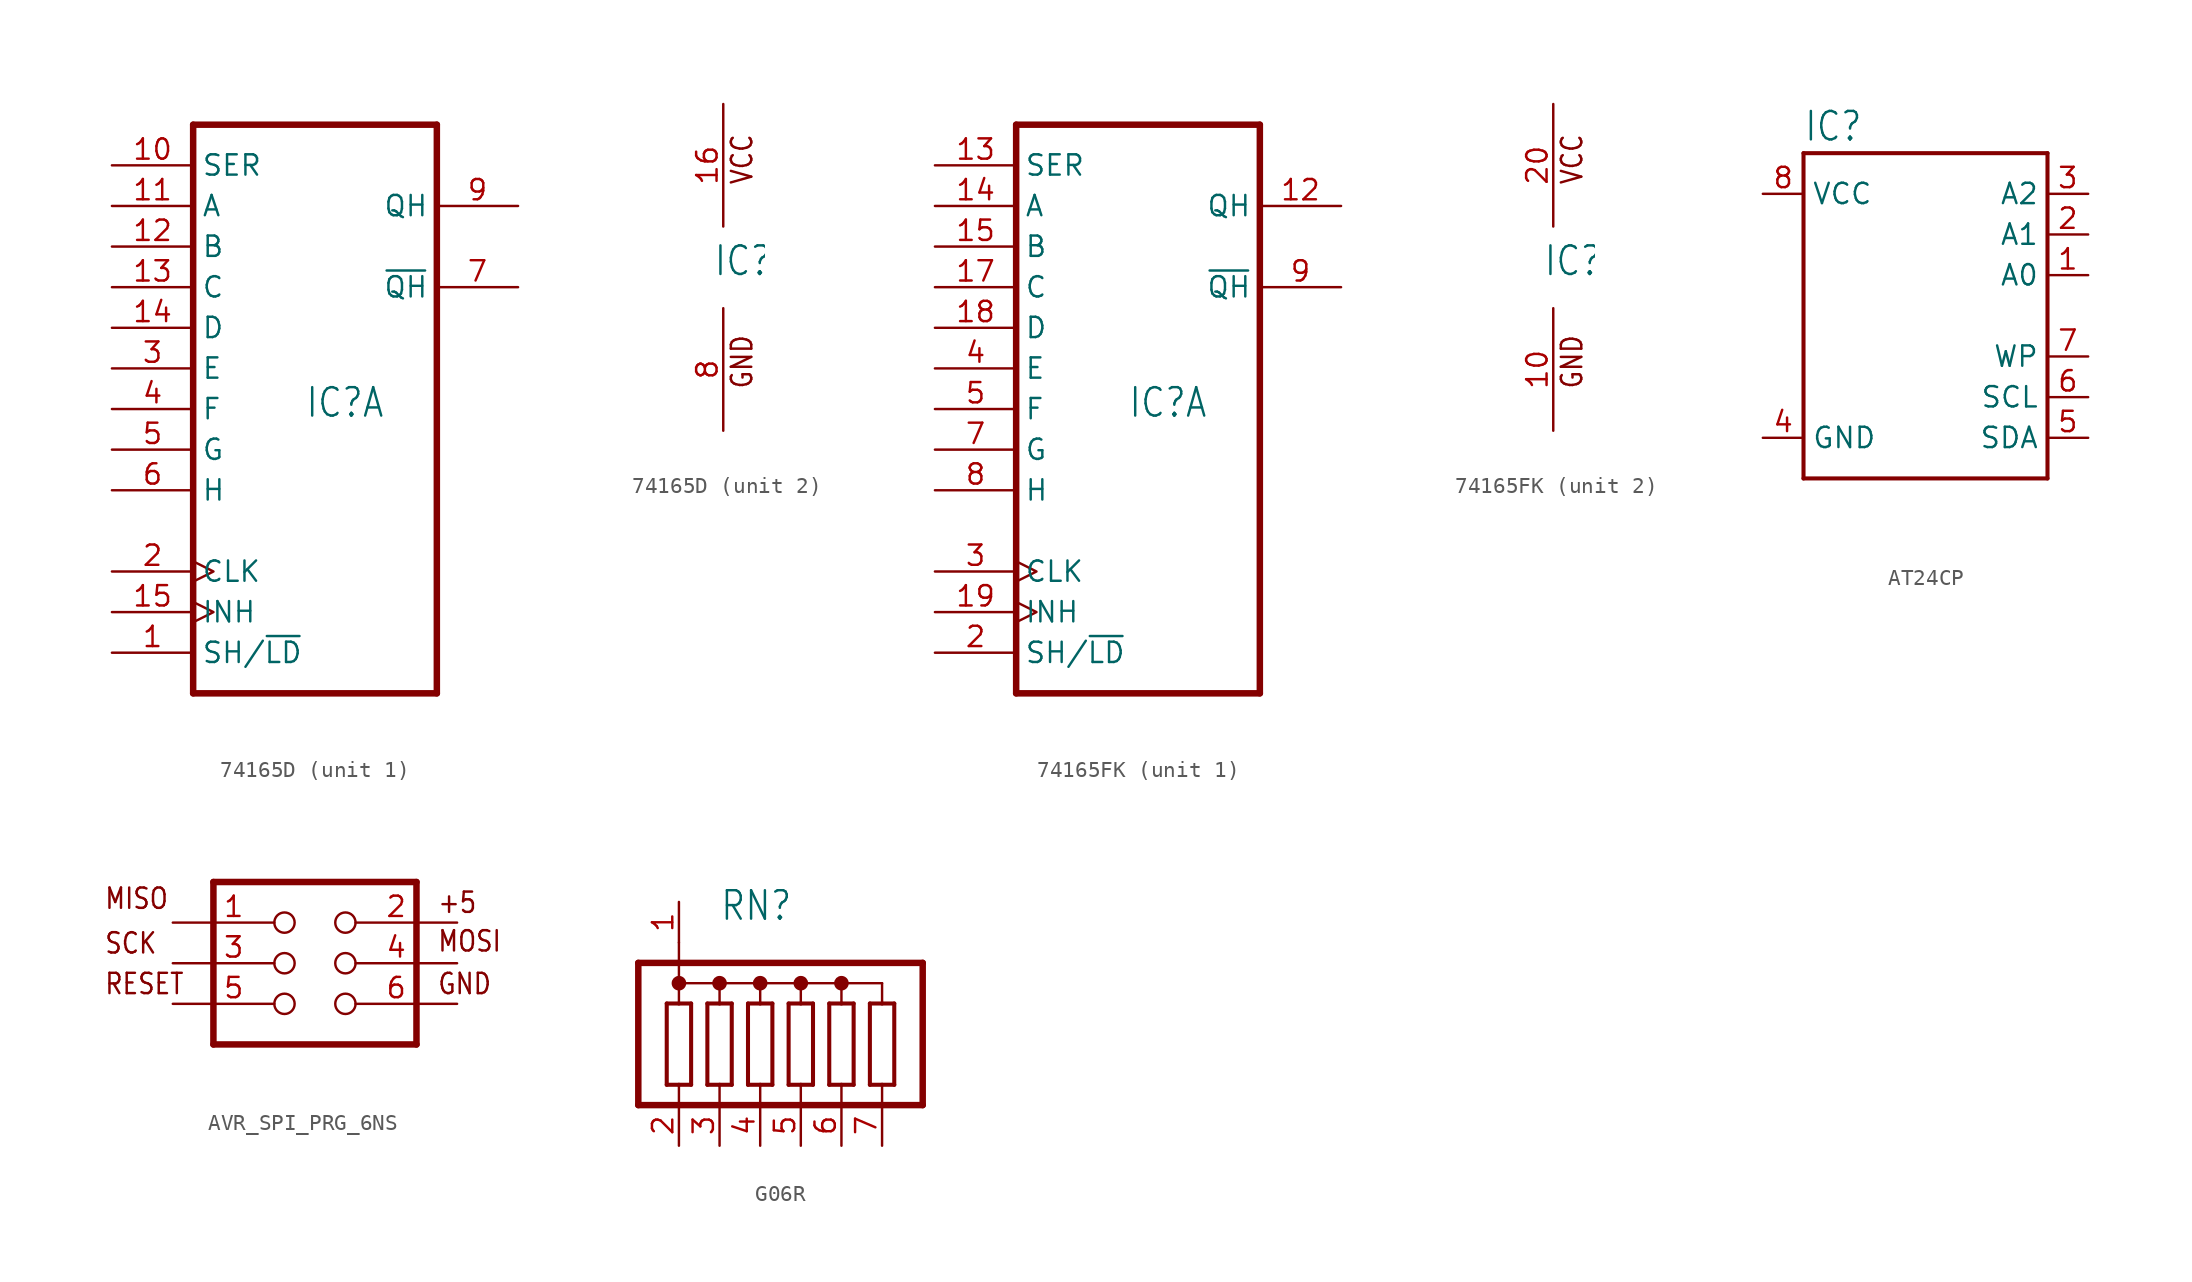
<source format=kicad_sym>
(kicad_symbol_lib
  (version 20231120)
  (generator "kicad_symbol_editor")
  (generator_version "8.0")
  (symbol "74165D"
    (property "Reference" "IC"
      (at -0.635 -0.635 0)
      (effects (font (size 1.778 1.511)) (justify left bottom)))
    (property "ki_locked" ""
      (at 0 0 0)
      (effects (font (size 1.27 1.27))))
    (symbol "74165D_1_0"
      (polyline (pts (xy -7.62 -17.78) (xy 7.62 -17.78)) (stroke (width 0.406) (type solid)) (fill (type none)))
      (polyline (pts (xy -7.62 17.78) (xy -7.62 -17.78)) (stroke (width 0.406) (type solid)) (fill (type none)))
      (polyline (pts (xy 7.62 -17.78) (xy 7.62 17.78)) (stroke (width 0.406) (type solid)) (fill (type none)))
      (polyline (pts (xy 7.62 17.78) (xy -7.62 17.78)) (stroke (width 0.406) (type solid)) (fill (type none)))
      (pin input line (at -12.7 -15.24 0) (length 5.08) (name "SH/~{LD}" (effects (font (size 1.27 1.27)))) (number "1" (effects (font (size 1.27 1.27)))))
      (pin input line (at -12.7 15.24 0) (length 5.08) (name "SER" (effects (font (size 1.27 1.27)))) (number "10" (effects (font (size 1.27 1.27)))))
      (pin input line (at -12.7 12.7 0) (length 5.08) (name "A" (effects (font (size 1.27 1.27)))) (number "11" (effects (font (size 1.27 1.27)))))
      (pin input line (at -12.7 10.16 0) (length 5.08) (name "B" (effects (font (size 1.27 1.27)))) (number "12" (effects (font (size 1.27 1.27)))))
      (pin input line (at -12.7 7.62 0) (length 5.08) (name "C" (effects (font (size 1.27 1.27)))) (number "13" (effects (font (size 1.27 1.27)))))
      (pin input line (at -12.7 5.08 0) (length 5.08) (name "D" (effects (font (size 1.27 1.27)))) (number "14" (effects (font (size 1.27 1.27)))))
      (pin input clock (at -12.7 -12.7 0) (length 5.08) (name "INH" (effects (font (size 1.27 1.27)))) (number "15" (effects (font (size 1.27 1.27)))))
      (pin input clock (at -12.7 -10.16 0) (length 5.08) (name "CLK" (effects (font (size 1.27 1.27)))) (number "2" (effects (font (size 1.27 1.27)))))
      (pin input line (at -12.7 2.54 0) (length 5.08) (name "E" (effects (font (size 1.27 1.27)))) (number "3" (effects (font (size 1.27 1.27)))))
      (pin input line (at -12.7 0 0) (length 5.08) (name "F" (effects (font (size 1.27 1.27)))) (number "4" (effects (font (size 1.27 1.27)))))
      (pin input line (at -12.7 -2.54 0) (length 5.08) (name "G" (effects (font (size 1.27 1.27)))) (number "5" (effects (font (size 1.27 1.27)))))
      (pin input line (at -12.7 -5.08 0) (length 5.08) (name "H" (effects (font (size 1.27 1.27)))) (number "6" (effects (font (size 1.27 1.27)))))
      (pin output line (at 12.7 7.62 180) (length 5.08) (name "~{QH}" (effects (font (size 1.27 1.27)))) (number "7" (effects (font (size 1.27 1.27)))))
      (pin output line (at 12.7 12.7 180) (length 5.08) (name "QH" (effects (font (size 1.27 1.27)))) (number "9" (effects (font (size 1.27 1.27))))))
    (symbol "74165D_2_0"
      (text "GND" (at 1.905 -7.62 900) (effects (font (size 1.27 1.079)) (justify left bottom)))
      (text "VCC" (at 1.905 5.08 900) (effects (font (size 1.27 1.079)) (justify left bottom)))
      (pin power_in line (at 0 10.16 270) (length 7.62) (name "VCC" (effects (font (size 0 0)))) (number "16" (effects (font (size 1.27 1.27)))))
      (pin power_in line (at 0 -10.16 90) (length 7.62) (name "GND" (effects (font (size 0 0)))) (number "8" (effects (font (size 1.27 1.27)))))))
  (symbol "74165FK"
    (property "Reference" "IC"
      (at -0.635 -0.635 0)
      (effects (font (size 1.778 1.511)) (justify left bottom)))
    (property "ki_locked" ""
      (at 0 0 0)
      (effects (font (size 1.27 1.27))))
    (symbol "74165FK_1_0"
      (polyline (pts (xy -7.62 -17.78) (xy 7.62 -17.78)) (stroke (width 0.406) (type solid)) (fill (type none)))
      (polyline (pts (xy -7.62 17.78) (xy -7.62 -17.78)) (stroke (width 0.406) (type solid)) (fill (type none)))
      (polyline (pts (xy 7.62 -17.78) (xy 7.62 17.78)) (stroke (width 0.406) (type solid)) (fill (type none)))
      (polyline (pts (xy 7.62 17.78) (xy -7.62 17.78)) (stroke (width 0.406) (type solid)) (fill (type none)))
      (pin output line (at 12.7 12.7 180) (length 5.08) (name "QH" (effects (font (size 1.27 1.27)))) (number "12" (effects (font (size 1.27 1.27)))))
      (pin input line (at -12.7 15.24 0) (length 5.08) (name "SER" (effects (font (size 1.27 1.27)))) (number "13" (effects (font (size 1.27 1.27)))))
      (pin input line (at -12.7 12.7 0) (length 5.08) (name "A" (effects (font (size 1.27 1.27)))) (number "14" (effects (font (size 1.27 1.27)))))
      (pin input line (at -12.7 10.16 0) (length 5.08) (name "B" (effects (font (size 1.27 1.27)))) (number "15" (effects (font (size 1.27 1.27)))))
      (pin input line (at -12.7 7.62 0) (length 5.08) (name "C" (effects (font (size 1.27 1.27)))) (number "17" (effects (font (size 1.27 1.27)))))
      (pin input line (at -12.7 5.08 0) (length 5.08) (name "D" (effects (font (size 1.27 1.27)))) (number "18" (effects (font (size 1.27 1.27)))))
      (pin input clock (at -12.7 -12.7 0) (length 5.08) (name "INH" (effects (font (size 1.27 1.27)))) (number "19" (effects (font (size 1.27 1.27)))))
      (pin input line (at -12.7 -15.24 0) (length 5.08) (name "SH/~{LD}" (effects (font (size 1.27 1.27)))) (number "2" (effects (font (size 1.27 1.27)))))
      (pin input clock (at -12.7 -10.16 0) (length 5.08) (name "CLK" (effects (font (size 1.27 1.27)))) (number "3" (effects (font (size 1.27 1.27)))))
      (pin input line (at -12.7 2.54 0) (length 5.08) (name "E" (effects (font (size 1.27 1.27)))) (number "4" (effects (font (size 1.27 1.27)))))
      (pin input line (at -12.7 0 0) (length 5.08) (name "F" (effects (font (size 1.27 1.27)))) (number "5" (effects (font (size 1.27 1.27)))))
      (pin input line (at -12.7 -2.54 0) (length 5.08) (name "G" (effects (font (size 1.27 1.27)))) (number "7" (effects (font (size 1.27 1.27)))))
      (pin input line (at -12.7 -5.08 0) (length 5.08) (name "H" (effects (font (size 1.27 1.27)))) (number "8" (effects (font (size 1.27 1.27)))))
      (pin output line (at 12.7 7.62 180) (length 5.08) (name "~{QH}" (effects (font (size 1.27 1.27)))) (number "9" (effects (font (size 1.27 1.27))))))
    (symbol "74165FK_2_0"
      (text "GND" (at 1.905 -7.62 900) (effects (font (size 1.27 1.079)) (justify left bottom)))
      (text "VCC" (at 1.905 5.08 900) (effects (font (size 1.27 1.079)) (justify left bottom)))
      (pin power_in line (at 0 -10.16 90) (length 7.62) (name "GND" (effects (font (size 0 0)))) (number "10" (effects (font (size 1.27 1.27)))))
      (pin power_in line (at 0 10.16 270) (length 7.62) (name "VCC" (effects (font (size 0 0)))) (number "20" (effects (font (size 1.27 1.27)))))))
  (symbol "AT24CP"
    (property "Reference" "IC"
      (at -7.62 10.795 0)
      (effects (font (size 1.778 1.511)) (justify left bottom)))
    (property "Value" ""
      (at -7.62 -12.7 0)
      (effects (font (size 1.778 1.511)) (justify left bottom)))
    (property "ki_locked" ""
      (at 0 0 0)
      (effects (font (size 1.27 1.27))))
    (symbol "AT24CP_1_0"
      (polyline (pts (xy -7.62 -10.16) (xy -7.62 10.16)) (stroke (width 0.254) (type solid)) (fill (type none)))
      (polyline (pts (xy -7.62 10.16) (xy 7.62 10.16)) (stroke (width 0.254) (type solid)) (fill (type none)))
      (polyline (pts (xy 7.62 -10.16) (xy -7.62 -10.16)) (stroke (width 0.254) (type solid)) (fill (type none)))
      (polyline (pts (xy 7.62 10.16) (xy 7.62 -10.16)) (stroke (width 0.254) (type solid)) (fill (type none)))
      (pin input line (at 10.16 2.54 180) (length 2.54) (name "A0" (effects (font (size 1.27 1.27)))) (number "1" (effects (font (size 1.27 1.27)))))
      (pin input line (at 10.16 5.08 180) (length 2.54) (name "A1" (effects (font (size 1.27 1.27)))) (number "2" (effects (font (size 1.27 1.27)))))
      (pin input line (at 10.16 7.62 180) (length 2.54) (name "A2" (effects (font (size 1.27 1.27)))) (number "3" (effects (font (size 1.27 1.27)))))
      (pin power_in line (at -10.16 -7.62 0) (length 2.54) (name "GND" (effects (font (size 1.27 1.27)))) (number "4" (effects (font (size 1.27 1.27)))))
      (pin bidirectional line (at 10.16 -7.62 180) (length 2.54) (name "SDA" (effects (font (size 1.27 1.27)))) (number "5" (effects (font (size 1.27 1.27)))))
      (pin bidirectional line (at 10.16 -5.08 180) (length 2.54) (name "SCL" (effects (font (size 1.27 1.27)))) (number "6" (effects (font (size 1.27 1.27)))))
      (pin input line (at 10.16 -2.54 180) (length 2.54) (name "WP" (effects (font (size 1.27 1.27)))) (number "7" (effects (font (size 1.27 1.27)))))
      (pin power_in line (at -10.16 7.62 0) (length 2.54) (name "VCC" (effects (font (size 1.27 1.27)))) (number "8" (effects (font (size 1.27 1.27)))))))
  (symbol "AVR_SPI_PRG_6NS"
    (property "Reference" ""
      (at -4.318 5.842 0)
      (effects (font (size 1.778 1.511)) (justify left bottom) (hide yes)))
    (property "Value" ""
      (at -4.064 -7.62 0)
      (effects (font (size 1.778 1.511)) (justify left bottom)))
    (property "ki_locked" ""
      (at 0 0 0)
      (effects (font (size 1.27 1.27))))
    (symbol "AVR_SPI_PRG_6NS_1_0"
      (polyline (pts (xy -5.08 -5.08) (xy 7.62 -5.08)) (stroke (width 0.406) (type solid)) (fill (type none)))
      (polyline (pts (xy -5.08 5.08) (xy -5.08 -5.08)) (stroke (width 0.406) (type solid)) (fill (type none)))
      (polyline (pts (xy 7.62 -5.08) (xy 7.62 5.08)) (stroke (width 0.406) (type solid)) (fill (type none)))
      (polyline (pts (xy 7.62 5.08) (xy -5.08 5.08)) (stroke (width 0.406) (type solid)) (fill (type none)))
      (text "+5" (at 8.89 3.048 0) (effects (font (size 1.27 1.079)) (justify left bottom)))
      (text "GND" (at 8.89 -2.032 0) (effects (font (size 1.27 1.079)) (justify left bottom)))
      (text "MISO" (at -11.938 3.302 0) (effects (font (size 1.27 1.079)) (justify left bottom)))
      (text "MOSI" (at 8.89 0.635 0) (effects (font (size 1.27 1.079)) (justify left bottom)))
      (text "RESET" (at -11.938 -2.032 0) (effects (font (size 1.27 1.079)) (justify left bottom)))
      (text "SCK" (at -11.938 0.508 0) (effects (font (size 1.27 1.079)) (justify left bottom)))
      (pin passive inverted (at -7.62 2.54 0) (length 7.62) (name "1" (effects (font (size 0 0)))) (number "1" (effects (font (size 1.27 1.27)))))
      (pin passive inverted (at 10.16 2.54 180) (length 7.62) (name "2" (effects (font (size 0 0)))) (number "2" (effects (font (size 1.27 1.27)))))
      (pin passive inverted (at -7.62 0 0) (length 7.62) (name "3" (effects (font (size 0 0)))) (number "3" (effects (font (size 1.27 1.27)))))
      (pin passive inverted (at 10.16 0 180) (length 7.62) (name "4" (effects (font (size 0 0)))) (number "4" (effects (font (size 1.27 1.27)))))
      (pin passive inverted (at -7.62 -2.54 0) (length 7.62) (name "5" (effects (font (size 0 0)))) (number "5" (effects (font (size 1.27 1.27)))))
      (pin passive inverted (at 10.16 -2.54 180) (length 7.62) (name "6" (effects (font (size 0 0)))) (number "6" (effects (font (size 1.27 1.27)))))))
  (symbol "G06R"
    (property "Reference" "RN"
      (at -5.08 8.89 0)
      (effects (font (size 1.778 1.511)) (justify left bottom)))
    (property "Value" ""
      (at -5.08 6.985 0)
      (effects (font (size 1.778 1.511)) (justify left bottom)))
    (property "ki_locked" ""
      (at 0 0 0)
      (effects (font (size 1.27 1.27))))
    (symbol "G06R_1_0"
      (circle (center -7.62 5.08) (radius 0.254) (stroke (width 0.406) (type solid)) (fill (type none)))
      (circle (center -5.08 5.08) (radius 0.254) (stroke (width 0.406) (type solid)) (fill (type none)))
      (circle (center -2.54 5.08) (radius 0.254) (stroke (width 0.406) (type solid)) (fill (type none)))
      (polyline (pts (xy -10.16 -2.54) (xy -10.16 6.35)) (stroke (width 0.406) (type solid)) (fill (type none)))
      (polyline (pts (xy -10.16 -2.54) (xy 7.62 -2.54)) (stroke (width 0.406) (type solid)) (fill (type none)))
      (polyline (pts (xy -10.16 6.35) (xy 7.62 6.35)) (stroke (width 0.406) (type solid)) (fill (type none)))
      (polyline (pts (xy -8.382 -1.27) (xy -7.62 -1.27)) (stroke (width 0.254) (type solid)) (fill (type none)))
      (polyline (pts (xy -8.382 3.81) (xy -8.382 -1.27)) (stroke (width 0.254) (type solid)) (fill (type none)))
      (polyline (pts (xy -7.62 -1.27) (xy -7.62 -2.54)) (stroke (width 0.152) (type solid)) (fill (type none)))
      (polyline (pts (xy -7.62 -1.27) (xy -6.858 -1.27)) (stroke (width 0.254) (type solid)) (fill (type none)))
      (polyline (pts (xy -7.62 3.81) (xy -8.382 3.81)) (stroke (width 0.254) (type solid)) (fill (type none)))
      (polyline (pts (xy -7.62 5.08) (xy -7.62 3.81)) (stroke (width 0.152) (type solid)) (fill (type none)))
      (polyline (pts (xy -7.62 5.08) (xy -7.62 7.62)) (stroke (width 0.152) (type solid)) (fill (type none)))
      (polyline (pts (xy -7.62 5.08) (xy -5.08 5.08)) (stroke (width 0.152) (type solid)) (fill (type none)))
      (polyline (pts (xy -6.858 -1.27) (xy -6.858 3.81)) (stroke (width 0.254) (type solid)) (fill (type none)))
      (polyline (pts (xy -6.858 3.81) (xy -7.62 3.81)) (stroke (width 0.254) (type solid)) (fill (type none)))
      (polyline (pts (xy -5.842 -1.27) (xy -5.08 -1.27)) (stroke (width 0.254) (type solid)) (fill (type none)))
      (polyline (pts (xy -5.842 3.81) (xy -5.842 -1.27)) (stroke (width 0.254) (type solid)) (fill (type none)))
      (polyline (pts (xy -5.08 -2.54) (xy -5.08 -1.27)) (stroke (width 0.152) (type solid)) (fill (type none)))
      (polyline (pts (xy -5.08 -1.27) (xy -4.318 -1.27)) (stroke (width 0.254) (type solid)) (fill (type none)))
      (polyline (pts (xy -5.08 3.81) (xy -5.842 3.81)) (stroke (width 0.254) (type solid)) (fill (type none)))
      (polyline (pts (xy -5.08 5.08) (xy -5.08 3.81)) (stroke (width 0.152) (type solid)) (fill (type none)))
      (polyline (pts (xy -5.08 5.08) (xy -2.54 5.08)) (stroke (width 0.152) (type solid)) (fill (type none)))
      (polyline (pts (xy -4.318 -1.27) (xy -4.318 3.81)) (stroke (width 0.254) (type solid)) (fill (type none)))
      (polyline (pts (xy -4.318 3.81) (xy -5.08 3.81)) (stroke (width 0.254) (type solid)) (fill (type none)))
      (polyline (pts (xy -3.302 -1.27) (xy -2.54 -1.27)) (stroke (width 0.254) (type solid)) (fill (type none)))
      (polyline (pts (xy -3.302 3.81) (xy -3.302 -1.27)) (stroke (width 0.254) (type solid)) (fill (type none)))
      (polyline (pts (xy -2.54 -2.54) (xy -2.54 -1.27)) (stroke (width 0.152) (type solid)) (fill (type none)))
      (polyline (pts (xy -2.54 -1.27) (xy -1.778 -1.27)) (stroke (width 0.254) (type solid)) (fill (type none)))
      (polyline (pts (xy -2.54 3.81) (xy -3.302 3.81)) (stroke (width 0.254) (type solid)) (fill (type none)))
      (polyline (pts (xy -2.54 5.08) (xy -2.54 3.81)) (stroke (width 0.152) (type solid)) (fill (type none)))
      (polyline (pts (xy -2.54 5.08) (xy 0 5.08)) (stroke (width 0.152) (type solid)) (fill (type none)))
      (polyline (pts (xy -1.778 -1.27) (xy -1.778 3.81)) (stroke (width 0.254) (type solid)) (fill (type none)))
      (polyline (pts (xy -1.778 3.81) (xy -2.54 3.81)) (stroke (width 0.254) (type solid)) (fill (type none)))
      (polyline (pts (xy -0.762 -1.27) (xy 0 -1.27)) (stroke (width 0.254) (type solid)) (fill (type none)))
      (polyline (pts (xy -0.762 3.81) (xy -0.762 -1.27)) (stroke (width 0.254) (type solid)) (fill (type none)))
      (polyline (pts (xy 0 -2.54) (xy 0 -1.27)) (stroke (width 0.152) (type solid)) (fill (type none)))
      (polyline (pts (xy 0 -1.27) (xy 0.762 -1.27)) (stroke (width 0.254) (type solid)) (fill (type none)))
      (polyline (pts (xy 0 3.81) (xy -0.762 3.81)) (stroke (width 0.254) (type solid)) (fill (type none)))
      (polyline (pts (xy 0 5.08) (xy 0 3.81)) (stroke (width 0.152) (type solid)) (fill (type none)))
      (polyline (pts (xy 0 5.08) (xy 2.54 5.08)) (stroke (width 0.152) (type solid)) (fill (type none)))
      (polyline (pts (xy 0.762 -1.27) (xy 0.762 3.81)) (stroke (width 0.254) (type solid)) (fill (type none)))
      (polyline (pts (xy 0.762 3.81) (xy 0 3.81)) (stroke (width 0.254) (type solid)) (fill (type none)))
      (polyline (pts (xy 1.778 -1.27) (xy 2.54 -1.27)) (stroke (width 0.254) (type solid)) (fill (type none)))
      (polyline (pts (xy 1.778 3.81) (xy 1.778 -1.27)) (stroke (width 0.254) (type solid)) (fill (type none)))
      (polyline (pts (xy 2.54 -2.54) (xy 2.54 -1.27)) (stroke (width 0.152) (type solid)) (fill (type none)))
      (polyline (pts (xy 2.54 -1.27) (xy 3.302 -1.27)) (stroke (width 0.254) (type solid)) (fill (type none)))
      (polyline (pts (xy 2.54 3.81) (xy 1.778 3.81)) (stroke (width 0.254) (type solid)) (fill (type none)))
      (polyline (pts (xy 2.54 5.08) (xy 2.54 3.81)) (stroke (width 0.152) (type solid)) (fill (type none)))
      (polyline (pts (xy 2.54 5.08) (xy 5.08 5.08)) (stroke (width 0.152) (type solid)) (fill (type none)))
      (polyline (pts (xy 3.302 -1.27) (xy 3.302 3.81)) (stroke (width 0.254) (type solid)) (fill (type none)))
      (polyline (pts (xy 3.302 3.81) (xy 2.54 3.81)) (stroke (width 0.254) (type solid)) (fill (type none)))
      (polyline (pts (xy 4.318 -1.27) (xy 5.08 -1.27)) (stroke (width 0.254) (type solid)) (fill (type none)))
      (polyline (pts (xy 4.318 3.81) (xy 4.318 -1.27)) (stroke (width 0.254) (type solid)) (fill (type none)))
      (polyline (pts (xy 5.08 -2.54) (xy 5.08 -1.27)) (stroke (width 0.152) (type solid)) (fill (type none)))
      (polyline (pts (xy 5.08 -1.27) (xy 5.842 -1.27)) (stroke (width 0.254) (type solid)) (fill (type none)))
      (polyline (pts (xy 5.08 3.81) (xy 4.318 3.81)) (stroke (width 0.254) (type solid)) (fill (type none)))
      (polyline (pts (xy 5.08 5.08) (xy 5.08 3.81)) (stroke (width 0.152) (type solid)) (fill (type none)))
      (polyline (pts (xy 5.842 -1.27) (xy 5.842 3.81)) (stroke (width 0.254) (type solid)) (fill (type none)))
      (polyline (pts (xy 5.842 3.81) (xy 5.08 3.81)) (stroke (width 0.254) (type solid)) (fill (type none)))
      (polyline (pts (xy 7.62 6.35) (xy 7.62 -2.54)) (stroke (width 0.406) (type solid)) (fill (type none)))
      (circle (center 0 5.08) (radius 0.254) (stroke (width 0.406) (type solid)) (fill (type none)))
      (circle (center 2.54 5.08) (radius 0.254) (stroke (width 0.406) (type solid)) (fill (type none)))
      (pin passive line (at -7.62 10.16 270) (length 2.54) (name "1" (effects (font (size 0 0)))) (number "1" (effects (font (size 1.27 1.27)))))
      (pin passive line (at -7.62 -5.08 90) (length 2.54) (name "2" (effects (font (size 0 0)))) (number "2" (effects (font (size 1.27 1.27)))))
      (pin passive line (at -5.08 -5.08 90) (length 2.54) (name "3" (effects (font (size 0 0)))) (number "3" (effects (font (size 1.27 1.27)))))
      (pin passive line (at -2.54 -5.08 90) (length 2.54) (name "4" (effects (font (size 0 0)))) (number "4" (effects (font (size 1.27 1.27)))))
      (pin passive line (at 0 -5.08 90) (length 2.54) (name "5" (effects (font (size 0 0)))) (number "5" (effects (font (size 1.27 1.27)))))
      (pin passive line (at 2.54 -5.08 90) (length 2.54) (name "6" (effects (font (size 0 0)))) (number "6" (effects (font (size 1.27 1.27)))))
      (pin passive line (at 5.08 -5.08 90) (length 2.54) (name "7" (effects (font (size 0 0)))) (number "7" (effects (font (size 1.27 1.27))))))))
</source>
